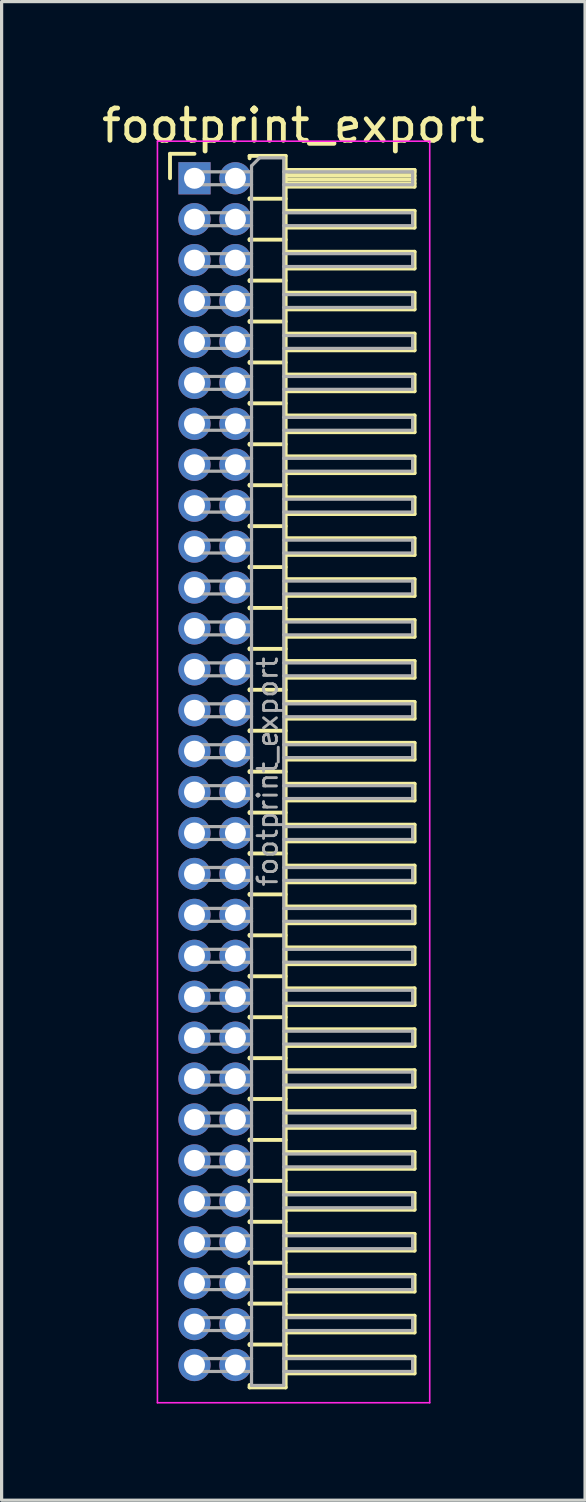
<source format=kicad_pcb>
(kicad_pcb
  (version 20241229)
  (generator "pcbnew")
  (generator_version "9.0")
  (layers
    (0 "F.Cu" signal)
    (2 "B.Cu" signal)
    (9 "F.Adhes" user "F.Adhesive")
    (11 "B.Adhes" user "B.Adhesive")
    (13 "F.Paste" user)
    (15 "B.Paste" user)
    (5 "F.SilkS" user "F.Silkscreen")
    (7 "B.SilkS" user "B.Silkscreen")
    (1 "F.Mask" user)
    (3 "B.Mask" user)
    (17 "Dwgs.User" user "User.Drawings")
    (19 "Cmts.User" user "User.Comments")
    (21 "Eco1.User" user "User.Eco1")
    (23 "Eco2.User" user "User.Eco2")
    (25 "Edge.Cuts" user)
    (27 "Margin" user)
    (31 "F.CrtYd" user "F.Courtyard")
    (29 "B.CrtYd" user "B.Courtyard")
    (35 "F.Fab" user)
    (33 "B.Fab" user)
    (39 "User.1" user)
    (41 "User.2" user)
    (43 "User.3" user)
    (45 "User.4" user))
  (footprint "footprint_export"
    (layer "F.Cu")
    (at 2.986 2.483)
    (property "Reference" "footprint_export" (at 3.067 -1.635 0) (layer "F.SilkS") (effects (font (size 1 1) (thickness 0.15))))
    (attr through_hole)
    (fp_line (start -0.76 -0.76) (end 0 -0.76) (stroke (width 0.12) (type solid)) (layer "F.SilkS"))
    (fp_line (start -0.76 0) (end -0.76 -0.76) (stroke (width 0.12) (type solid)) (layer "F.SilkS"))
    (fp_line (start 1.71 -0.695) (end 2.83 -0.695) (stroke (width 0.12) (type solid)) (layer "F.SilkS"))
    (fp_line (start 1.71 -0.62) (end 1.71 -0.695) (stroke (width 0.12) (type solid)) (layer "F.SilkS"))
    (fp_line (start 1.71 0.62) (end 1.71 0.65) (stroke (width 0.12) (type solid)) (layer "F.SilkS"))
    (fp_line (start 1.71 0.635) (end 2.83 0.635) (stroke (width 0.12) (type solid)) (layer "F.SilkS"))
    (fp_line (start 1.71 1.89) (end 1.71 1.92) (stroke (width 0.12) (type solid)) (layer "F.SilkS"))
    (fp_line (start 1.71 1.905) (end 2.83 1.905) (stroke (width 0.12) (type solid)) (layer "F.SilkS"))
    (fp_line (start 1.71 3.16) (end 1.71 3.19) (stroke (width 0.12) (type solid)) (layer "F.SilkS"))
    (fp_line (start 1.71 3.175) (end 2.83 3.175) (stroke (width 0.12) (type solid)) (layer "F.SilkS"))
    (fp_line (start 1.71 4.43) (end 1.71 4.46) (stroke (width 0.12) (type solid)) (layer "F.SilkS"))
    (fp_line (start 1.71 4.445) (end 2.83 4.445) (stroke (width 0.12) (type solid)) (layer "F.SilkS"))
    (fp_line (start 1.71 5.7) (end 1.71 5.73) (stroke (width 0.12) (type solid)) (layer "F.SilkS"))
    (fp_line (start 1.71 5.715) (end 2.83 5.715) (stroke (width 0.12) (type solid)) (layer "F.SilkS"))
    (fp_line (start 1.71 6.97) (end 1.71 7) (stroke (width 0.12) (type solid)) (layer "F.SilkS"))
    (fp_line (start 1.71 6.985) (end 2.83 6.985) (stroke (width 0.12) (type solid)) (layer "F.SilkS"))
    (fp_line (start 1.71 8.24) (end 1.71 8.27) (stroke (width 0.12) (type solid)) (layer "F.SilkS"))
    (fp_line (start 1.71 8.255) (end 2.83 8.255) (stroke (width 0.12) (type solid)) (layer "F.SilkS"))
    (fp_line (start 1.71 9.51) (end 1.71 9.54) (stroke (width 0.12) (type solid)) (layer "F.SilkS"))
    (fp_line (start 1.71 9.525) (end 2.83 9.525) (stroke (width 0.12) (type solid)) (layer "F.SilkS"))
    (fp_line (start 1.71 10.78) (end 1.71 10.81) (stroke (width 0.12) (type solid)) (layer "F.SilkS"))
    (fp_line (start 1.71 10.795) (end 2.83 10.795) (stroke (width 0.12) (type solid)) (layer "F.SilkS"))
    (fp_line (start 1.71 12.05) (end 1.71 12.08) (stroke (width 0.12) (type solid)) (layer "F.SilkS"))
    (fp_line (start 1.71 12.065) (end 2.83 12.065) (stroke (width 0.12) (type solid)) (layer "F.SilkS"))
    (fp_line (start 1.71 13.32) (end 1.71 13.35) (stroke (width 0.12) (type solid)) (layer "F.SilkS"))
    (fp_line (start 1.71 13.335) (end 2.83 13.335) (stroke (width 0.12) (type solid)) (layer "F.SilkS"))
    (fp_line (start 1.71 14.59) (end 1.71 14.62) (stroke (width 0.12) (type solid)) (layer "F.SilkS"))
    (fp_line (start 1.71 14.605) (end 2.83 14.605) (stroke (width 0.12) (type solid)) (layer "F.SilkS"))
    (fp_line (start 1.71 15.86) (end 1.71 15.89) (stroke (width 0.12) (type solid)) (layer "F.SilkS"))
    (fp_line (start 1.71 15.875) (end 2.83 15.875) (stroke (width 0.12) (type solid)) (layer "F.SilkS"))
    (fp_line (start 1.71 17.13) (end 1.71 17.16) (stroke (width 0.12) (type solid)) (layer "F.SilkS"))
    (fp_line (start 1.71 17.145) (end 2.83 17.145) (stroke (width 0.12) (type solid)) (layer "F.SilkS"))
    (fp_line (start 1.71 18.4) (end 1.71 18.43) (stroke (width 0.12) (type solid)) (layer "F.SilkS"))
    (fp_line (start 1.71 18.415) (end 2.83 18.415) (stroke (width 0.12) (type solid)) (layer "F.SilkS"))
    (fp_line (start 1.71 19.67) (end 1.71 19.7) (stroke (width 0.12) (type solid)) (layer "F.SilkS"))
    (fp_line (start 1.71 19.685) (end 2.83 19.685) (stroke (width 0.12) (type solid)) (layer "F.SilkS"))
    (fp_line (start 1.71 20.94) (end 1.71 20.97) (stroke (width 0.12) (type solid)) (layer "F.SilkS"))
    (fp_line (start 1.71 20.955) (end 2.83 20.955) (stroke (width 0.12) (type solid)) (layer "F.SilkS"))
    (fp_line (start 1.71 22.21) (end 1.71 22.24) (stroke (width 0.12) (type solid)) (layer "F.SilkS"))
    (fp_line (start 1.71 22.225) (end 2.83 22.225) (stroke (width 0.12) (type solid)) (layer "F.SilkS"))
    (fp_line (start 1.71 23.48) (end 1.71 23.51) (stroke (width 0.12) (type solid)) (layer "F.SilkS"))
    (fp_line (start 1.71 23.495) (end 2.83 23.495) (stroke (width 0.12) (type solid)) (layer "F.SilkS"))
    (fp_line (start 1.71 24.75) (end 1.71 24.78) (stroke (width 0.12) (type solid)) (layer "F.SilkS"))
    (fp_line (start 1.71 24.765) (end 2.83 24.765) (stroke (width 0.12) (type solid)) (layer "F.SilkS"))
    (fp_line (start 1.71 26.02) (end 1.71 26.05) (stroke (width 0.12) (type solid)) (layer "F.SilkS"))
    (fp_line (start 1.71 26.035) (end 2.83 26.035) (stroke (width 0.12) (type solid)) (layer "F.SilkS"))
    (fp_line (start 1.71 27.29) (end 1.71 27.32) (stroke (width 0.12) (type solid)) (layer "F.SilkS"))
    (fp_line (start 1.71 27.305) (end 2.83 27.305) (stroke (width 0.12) (type solid)) (layer "F.SilkS"))
    (fp_line (start 1.71 28.56) (end 1.71 28.59) (stroke (width 0.12) (type solid)) (layer "F.SilkS"))
    (fp_line (start 1.71 28.575) (end 2.83 28.575) (stroke (width 0.12) (type solid)) (layer "F.SilkS"))
    (fp_line (start 1.71 29.83) (end 1.71 29.86) (stroke (width 0.12) (type solid)) (layer "F.SilkS"))
    (fp_line (start 1.71 29.845) (end 2.83 29.845) (stroke (width 0.12) (type solid)) (layer "F.SilkS"))
    (fp_line (start 1.71 31.1) (end 1.71 31.13) (stroke (width 0.12) (type solid)) (layer "F.SilkS"))
    (fp_line (start 1.71 31.115) (end 2.83 31.115) (stroke (width 0.12) (type solid)) (layer "F.SilkS"))
    (fp_line (start 1.71 32.37) (end 1.71 32.4) (stroke (width 0.12) (type solid)) (layer "F.SilkS"))
    (fp_line (start 1.71 32.385) (end 2.83 32.385) (stroke (width 0.12) (type solid)) (layer "F.SilkS"))
    (fp_line (start 1.71 33.64) (end 1.71 33.67) (stroke (width 0.12) (type solid)) (layer "F.SilkS"))
    (fp_line (start 1.71 33.655) (end 2.83 33.655) (stroke (width 0.12) (type solid)) (layer "F.SilkS"))
    (fp_line (start 1.71 34.91) (end 1.71 34.94) (stroke (width 0.12) (type solid)) (layer "F.SilkS"))
    (fp_line (start 1.71 34.925) (end 2.83 34.925) (stroke (width 0.12) (type solid)) (layer "F.SilkS"))
    (fp_line (start 1.71 36.18) (end 1.71 36.21) (stroke (width 0.12) (type solid)) (layer "F.SilkS"))
    (fp_line (start 1.71 36.195) (end 2.83 36.195) (stroke (width 0.12) (type solid)) (layer "F.SilkS"))
    (fp_line (start 1.71 37.525) (end 1.71 37.45) (stroke (width 0.12) (type solid)) (layer "F.SilkS"))
    (fp_line (start 2.83 -0.695) (end 2.83 37.525) (stroke (width 0.12) (type solid)) (layer "F.SilkS"))
    (fp_line (start 2.83 -0.26) (end 6.83 -0.26) (stroke (width 0.12) (type solid)) (layer "F.SilkS"))
    (fp_line (start 2.83 -0.2) (end 6.83 -0.2) (stroke (width 0.12) (type solid)) (layer "F.SilkS"))
    (fp_line (start 2.83 -0.08) (end 6.83 -0.08) (stroke (width 0.12) (type solid)) (layer "F.SilkS"))
    (fp_line (start 2.83 0.04) (end 6.83 0.04) (stroke (width 0.12) (type solid)) (layer "F.SilkS"))
    (fp_line (start 2.83 0.16) (end 6.83 0.16) (stroke (width 0.12) (type solid)) (layer "F.SilkS"))
    (fp_line (start 2.83 1.01) (end 6.83 1.01) (stroke (width 0.12) (type solid)) (layer "F.SilkS"))
    (fp_line (start 2.83 2.28) (end 6.83 2.28) (stroke (width 0.12) (type solid)) (layer "F.SilkS"))
    (fp_line (start 2.83 3.55) (end 6.83 3.55) (stroke (width 0.12) (type solid)) (layer "F.SilkS"))
    (fp_line (start 2.83 4.82) (end 6.83 4.82) (stroke (width 0.12) (type solid)) (layer "F.SilkS"))
    (fp_line (start 2.83 6.09) (end 6.83 6.09) (stroke (width 0.12) (type solid)) (layer "F.SilkS"))
    (fp_line (start 2.83 7.36) (end 6.83 7.36) (stroke (width 0.12) (type solid)) (layer "F.SilkS"))
    (fp_line (start 2.83 8.63) (end 6.83 8.63) (stroke (width 0.12) (type solid)) (layer "F.SilkS"))
    (fp_line (start 2.83 9.9) (end 6.83 9.9) (stroke (width 0.12) (type solid)) (layer "F.SilkS"))
    (fp_line (start 2.83 11.17) (end 6.83 11.17) (stroke (width 0.12) (type solid)) (layer "F.SilkS"))
    (fp_line (start 2.83 12.44) (end 6.83 12.44) (stroke (width 0.12) (type solid)) (layer "F.SilkS"))
    (fp_line (start 2.83 13.71) (end 6.83 13.71) (stroke (width 0.12) (type solid)) (layer "F.SilkS"))
    (fp_line (start 2.83 14.98) (end 6.83 14.98) (stroke (width 0.12) (type solid)) (layer "F.SilkS"))
    (fp_line (start 2.83 16.25) (end 6.83 16.25) (stroke (width 0.12) (type solid)) (layer "F.SilkS"))
    (fp_line (start 2.83 17.52) (end 6.83 17.52) (stroke (width 0.12) (type solid)) (layer "F.SilkS"))
    (fp_line (start 2.83 18.79) (end 6.83 18.79) (stroke (width 0.12) (type solid)) (layer "F.SilkS"))
    (fp_line (start 2.83 20.06) (end 6.83 20.06) (stroke (width 0.12) (type solid)) (layer "F.SilkS"))
    (fp_line (start 2.83 21.33) (end 6.83 21.33) (stroke (width 0.12) (type solid)) (layer "F.SilkS"))
    (fp_line (start 2.83 22.6) (end 6.83 22.6) (stroke (width 0.12) (type solid)) (layer "F.SilkS"))
    (fp_line (start 2.83 23.87) (end 6.83 23.87) (stroke (width 0.12) (type solid)) (layer "F.SilkS"))
    (fp_line (start 2.83 25.14) (end 6.83 25.14) (stroke (width 0.12) (type solid)) (layer "F.SilkS"))
    (fp_line (start 2.83 26.41) (end 6.83 26.41) (stroke (width 0.12) (type solid)) (layer "F.SilkS"))
    (fp_line (start 2.83 27.68) (end 6.83 27.68) (stroke (width 0.12) (type solid)) (layer "F.SilkS"))
    (fp_line (start 2.83 28.95) (end 6.83 28.95) (stroke (width 0.12) (type solid)) (layer "F.SilkS"))
    (fp_line (start 2.83 30.22) (end 6.83 30.22) (stroke (width 0.12) (type solid)) (layer "F.SilkS"))
    (fp_line (start 2.83 31.49) (end 6.83 31.49) (stroke (width 0.12) (type solid)) (layer "F.SilkS"))
    (fp_line (start 2.83 32.76) (end 6.83 32.76) (stroke (width 0.12) (type solid)) (layer "F.SilkS"))
    (fp_line (start 2.83 34.03) (end 6.83 34.03) (stroke (width 0.12) (type solid)) (layer "F.SilkS"))
    (fp_line (start 2.83 35.3) (end 6.83 35.3) (stroke (width 0.12) (type solid)) (layer "F.SilkS"))
    (fp_line (start 2.83 36.57) (end 6.83 36.57) (stroke (width 0.12) (type solid)) (layer "F.SilkS"))
    (fp_line (start 2.83 37.525) (end 1.71 37.525) (stroke (width 0.12) (type solid)) (layer "F.SilkS"))
    (fp_line (start 6.83 -0.26) (end 6.83 0.26) (stroke (width 0.12) (type solid)) (layer "F.SilkS"))
    (fp_line (start 6.83 0.26) (end 2.83 0.26) (stroke (width 0.12) (type solid)) (layer "F.SilkS"))
    (fp_line (start 6.83 1.01) (end 6.83 1.53) (stroke (width 0.12) (type solid)) (layer "F.SilkS"))
    (fp_line (start 6.83 1.53) (end 2.83 1.53) (stroke (width 0.12) (type solid)) (layer "F.SilkS"))
    (fp_line (start 6.83 2.28) (end 6.83 2.8) (stroke (width 0.12) (type solid)) (layer "F.SilkS"))
    (fp_line (start 6.83 2.8) (end 2.83 2.8) (stroke (width 0.12) (type solid)) (layer "F.SilkS"))
    (fp_line (start 6.83 3.55) (end 6.83 4.07) (stroke (width 0.12) (type solid)) (layer "F.SilkS"))
    (fp_line (start 6.83 4.07) (end 2.83 4.07) (stroke (width 0.12) (type solid)) (layer "F.SilkS"))
    (fp_line (start 6.83 4.82) (end 6.83 5.34) (stroke (width 0.12) (type solid)) (layer "F.SilkS"))
    (fp_line (start 6.83 5.34) (end 2.83 5.34) (stroke (width 0.12) (type solid)) (layer "F.SilkS"))
    (fp_line (start 6.83 6.09) (end 6.83 6.61) (stroke (width 0.12) (type solid)) (layer "F.SilkS"))
    (fp_line (start 6.83 6.61) (end 2.83 6.61) (stroke (width 0.12) (type solid)) (layer "F.SilkS"))
    (fp_line (start 6.83 7.36) (end 6.83 7.88) (stroke (width 0.12) (type solid)) (layer "F.SilkS"))
    (fp_line (start 6.83 7.88) (end 2.83 7.88) (stroke (width 0.12) (type solid)) (layer "F.SilkS"))
    (fp_line (start 6.83 8.63) (end 6.83 9.15) (stroke (width 0.12) (type solid)) (layer "F.SilkS"))
    (fp_line (start 6.83 9.15) (end 2.83 9.15) (stroke (width 0.12) (type solid)) (layer "F.SilkS"))
    (fp_line (start 6.83 9.9) (end 6.83 10.42) (stroke (width 0.12) (type solid)) (layer "F.SilkS"))
    (fp_line (start 6.83 10.42) (end 2.83 10.42) (stroke (width 0.12) (type solid)) (layer "F.SilkS"))
    (fp_line (start 6.83 11.17) (end 6.83 11.69) (stroke (width 0.12) (type solid)) (layer "F.SilkS"))
    (fp_line (start 6.83 11.69) (end 2.83 11.69) (stroke (width 0.12) (type solid)) (layer "F.SilkS"))
    (fp_line (start 6.83 12.44) (end 6.83 12.96) (stroke (width 0.12) (type solid)) (layer "F.SilkS"))
    (fp_line (start 6.83 12.96) (end 2.83 12.96) (stroke (width 0.12) (type solid)) (layer "F.SilkS"))
    (fp_line (start 6.83 13.71) (end 6.83 14.23) (stroke (width 0.12) (type solid)) (layer "F.SilkS"))
    (fp_line (start 6.83 14.23) (end 2.83 14.23) (stroke (width 0.12) (type solid)) (layer "F.SilkS"))
    (fp_line (start 6.83 14.98) (end 6.83 15.5) (stroke (width 0.12) (type solid)) (layer "F.SilkS"))
    (fp_line (start 6.83 15.5) (end 2.83 15.5) (stroke (width 0.12) (type solid)) (layer "F.SilkS"))
    (fp_line (start 6.83 16.25) (end 6.83 16.77) (stroke (width 0.12) (type solid)) (layer "F.SilkS"))
    (fp_line (start 6.83 16.77) (end 2.83 16.77) (stroke (width 0.12) (type solid)) (layer "F.SilkS"))
    (fp_line (start 6.83 17.52) (end 6.83 18.04) (stroke (width 0.12) (type solid)) (layer "F.SilkS"))
    (fp_line (start 6.83 18.04) (end 2.83 18.04) (stroke (width 0.12) (type solid)) (layer "F.SilkS"))
    (fp_line (start 6.83 18.79) (end 6.83 19.31) (stroke (width 0.12) (type solid)) (layer "F.SilkS"))
    (fp_line (start 6.83 19.31) (end 2.83 19.31) (stroke (width 0.12) (type solid)) (layer "F.SilkS"))
    (fp_line (start 6.83 20.06) (end 6.83 20.58) (stroke (width 0.12) (type solid)) (layer "F.SilkS"))
    (fp_line (start 6.83 20.58) (end 2.83 20.58) (stroke (width 0.12) (type solid)) (layer "F.SilkS"))
    (fp_line (start 6.83 21.33) (end 6.83 21.85) (stroke (width 0.12) (type solid)) (layer "F.SilkS"))
    (fp_line (start 6.83 21.85) (end 2.83 21.85) (stroke (width 0.12) (type solid)) (layer "F.SilkS"))
    (fp_line (start 6.83 22.6) (end 6.83 23.12) (stroke (width 0.12) (type solid)) (layer "F.SilkS"))
    (fp_line (start 6.83 23.12) (end 2.83 23.12) (stroke (width 0.12) (type solid)) (layer "F.SilkS"))
    (fp_line (start 6.83 23.87) (end 6.83 24.39) (stroke (width 0.12) (type solid)) (layer "F.SilkS"))
    (fp_line (start 6.83 24.39) (end 2.83 24.39) (stroke (width 0.12) (type solid)) (layer "F.SilkS"))
    (fp_line (start 6.83 25.14) (end 6.83 25.66) (stroke (width 0.12) (type solid)) (layer "F.SilkS"))
    (fp_line (start 6.83 25.66) (end 2.83 25.66) (stroke (width 0.12) (type solid)) (layer "F.SilkS"))
    (fp_line (start 6.83 26.41) (end 6.83 26.93) (stroke (width 0.12) (type solid)) (layer "F.SilkS"))
    (fp_line (start 6.83 26.93) (end 2.83 26.93) (stroke (width 0.12) (type solid)) (layer "F.SilkS"))
    (fp_line (start 6.83 27.68) (end 6.83 28.2) (stroke (width 0.12) (type solid)) (layer "F.SilkS"))
    (fp_line (start 6.83 28.2) (end 2.83 28.2) (stroke (width 0.12) (type solid)) (layer "F.SilkS"))
    (fp_line (start 6.83 28.95) (end 6.83 29.47) (stroke (width 0.12) (type solid)) (layer "F.SilkS"))
    (fp_line (start 6.83 29.47) (end 2.83 29.47) (stroke (width 0.12) (type solid)) (layer "F.SilkS"))
    (fp_line (start 6.83 30.22) (end 6.83 30.74) (stroke (width 0.12) (type solid)) (layer "F.SilkS"))
    (fp_line (start 6.83 30.74) (end 2.83 30.74) (stroke (width 0.12) (type solid)) (layer "F.SilkS"))
    (fp_line (start 6.83 31.49) (end 6.83 32.01) (stroke (width 0.12) (type solid)) (layer "F.SilkS"))
    (fp_line (start 6.83 32.01) (end 2.83 32.01) (stroke (width 0.12) (type solid)) (layer "F.SilkS"))
    (fp_line (start 6.83 32.76) (end 6.83 33.28) (stroke (width 0.12) (type solid)) (layer "F.SilkS"))
    (fp_line (start 6.83 33.28) (end 2.83 33.28) (stroke (width 0.12) (type solid)) (layer "F.SilkS"))
    (fp_line (start 6.83 34.03) (end 6.83 34.55) (stroke (width 0.12) (type solid)) (layer "F.SilkS"))
    (fp_line (start 6.83 34.55) (end 2.83 34.55) (stroke (width 0.12) (type solid)) (layer "F.SilkS"))
    (fp_line (start 6.83 35.3) (end 6.83 35.82) (stroke (width 0.12) (type solid)) (layer "F.SilkS"))
    (fp_line (start 6.83 35.82) (end 2.83 35.82) (stroke (width 0.12) (type solid)) (layer "F.SilkS"))
    (fp_line (start 6.83 36.57) (end 6.83 37.09) (stroke (width 0.12) (type solid)) (layer "F.SilkS"))
    (fp_line (start 6.83 37.09) (end 2.83 37.09) (stroke (width 0.12) (type solid)) (layer "F.SilkS"))
    (fp_line (start -1.15 -1.15) (end -1.15 38) (stroke (width 0.05) (type solid)) (layer "F.CrtYd"))
    (fp_line (start -1.15 38) (end 7.3 38) (stroke (width 0.05) (type solid)) (layer "F.CrtYd"))
    (fp_line (start 7.3 -1.15) (end -1.15 -1.15) (stroke (width 0.05) (type solid)) (layer "F.CrtYd"))
    (fp_line (start 7.3 38) (end 7.3 -1.15) (stroke (width 0.05) (type solid)) (layer "F.CrtYd"))
    (fp_line (start -0.2 -0.2) (end -0.2 0.2) (stroke (width 0.1) (type solid)) (layer "F.Fab"))
    (fp_line (start -0.2 -0.2) (end 1.77 -0.2) (stroke (width 0.1) (type solid)) (layer "F.Fab"))
    (fp_line (start -0.2 0.2) (end 1.77 0.2) (stroke (width 0.1) (type solid)) (layer "F.Fab"))
    (fp_line (start -0.2 1.07) (end -0.2 1.47) (stroke (width 0.1) (type solid)) (layer "F.Fab"))
    (fp_line (start -0.2 1.07) (end 1.77 1.07) (stroke (width 0.1) (type solid)) (layer "F.Fab"))
    (fp_line (start -0.2 1.47) (end 1.77 1.47) (stroke (width 0.1) (type solid)) (layer "F.Fab"))
    (fp_line (start -0.2 2.34) (end -0.2 2.74) (stroke (width 0.1) (type solid)) (layer "F.Fab"))
    (fp_line (start -0.2 2.34) (end 1.77 2.34) (stroke (width 0.1) (type solid)) (layer "F.Fab"))
    (fp_line (start -0.2 2.74) (end 1.77 2.74) (stroke (width 0.1) (type solid)) (layer "F.Fab"))
    (fp_line (start -0.2 3.61) (end -0.2 4.01) (stroke (width 0.1) (type solid)) (layer "F.Fab"))
    (fp_line (start -0.2 3.61) (end 1.77 3.61) (stroke (width 0.1) (type solid)) (layer "F.Fab"))
    (fp_line (start -0.2 4.01) (end 1.77 4.01) (stroke (width 0.1) (type solid)) (layer "F.Fab"))
    (fp_line (start -0.2 4.88) (end -0.2 5.28) (stroke (width 0.1) (type solid)) (layer "F.Fab"))
    (fp_line (start -0.2 4.88) (end 1.77 4.88) (stroke (width 0.1) (type solid)) (layer "F.Fab"))
    (fp_line (start -0.2 5.28) (end 1.77 5.28) (stroke (width 0.1) (type solid)) (layer "F.Fab"))
    (fp_line (start -0.2 6.15) (end -0.2 6.55) (stroke (width 0.1) (type solid)) (layer "F.Fab"))
    (fp_line (start -0.2 6.15) (end 1.77 6.15) (stroke (width 0.1) (type solid)) (layer "F.Fab"))
    (fp_line (start -0.2 6.55) (end 1.77 6.55) (stroke (width 0.1) (type solid)) (layer "F.Fab"))
    (fp_line (start -0.2 7.42) (end -0.2 7.82) (stroke (width 0.1) (type solid)) (layer "F.Fab"))
    (fp_line (start -0.2 7.42) (end 1.77 7.42) (stroke (width 0.1) (type solid)) (layer "F.Fab"))
    (fp_line (start -0.2 7.82) (end 1.77 7.82) (stroke (width 0.1) (type solid)) (layer "F.Fab"))
    (fp_line (start -0.2 8.69) (end -0.2 9.09) (stroke (width 0.1) (type solid)) (layer "F.Fab"))
    (fp_line (start -0.2 8.69) (end 1.77 8.69) (stroke (width 0.1) (type solid)) (layer "F.Fab"))
    (fp_line (start -0.2 9.09) (end 1.77 9.09) (stroke (width 0.1) (type solid)) (layer "F.Fab"))
    (fp_line (start -0.2 9.96) (end -0.2 10.36) (stroke (width 0.1) (type solid)) (layer "F.Fab"))
    (fp_line (start -0.2 9.96) (end 1.77 9.96) (stroke (width 0.1) (type solid)) (layer "F.Fab"))
    (fp_line (start -0.2 10.36) (end 1.77 10.36) (stroke (width 0.1) (type solid)) (layer "F.Fab"))
    (fp_line (start -0.2 11.23) (end -0.2 11.63) (stroke (width 0.1) (type solid)) (layer "F.Fab"))
    (fp_line (start -0.2 11.23) (end 1.77 11.23) (stroke (width 0.1) (type solid)) (layer "F.Fab"))
    (fp_line (start -0.2 11.63) (end 1.77 11.63) (stroke (width 0.1) (type solid)) (layer "F.Fab"))
    (fp_line (start -0.2 12.5) (end -0.2 12.9) (stroke (width 0.1) (type solid)) (layer "F.Fab"))
    (fp_line (start -0.2 12.5) (end 1.77 12.5) (stroke (width 0.1) (type solid)) (layer "F.Fab"))
    (fp_line (start -0.2 12.9) (end 1.77 12.9) (stroke (width 0.1) (type solid)) (layer "F.Fab"))
    (fp_line (start -0.2 13.77) (end -0.2 14.17) (stroke (width 0.1) (type solid)) (layer "F.Fab"))
    (fp_line (start -0.2 13.77) (end 1.77 13.77) (stroke (width 0.1) (type solid)) (layer "F.Fab"))
    (fp_line (start -0.2 14.17) (end 1.77 14.17) (stroke (width 0.1) (type solid)) (layer "F.Fab"))
    (fp_line (start -0.2 15.04) (end -0.2 15.44) (stroke (width 0.1) (type solid)) (layer "F.Fab"))
    (fp_line (start -0.2 15.04) (end 1.77 15.04) (stroke (width 0.1) (type solid)) (layer "F.Fab"))
    (fp_line (start -0.2 15.44) (end 1.77 15.44) (stroke (width 0.1) (type solid)) (layer "F.Fab"))
    (fp_line (start -0.2 16.31) (end -0.2 16.71) (stroke (width 0.1) (type solid)) (layer "F.Fab"))
    (fp_line (start -0.2 16.31) (end 1.77 16.31) (stroke (width 0.1) (type solid)) (layer "F.Fab"))
    (fp_line (start -0.2 16.71) (end 1.77 16.71) (stroke (width 0.1) (type solid)) (layer "F.Fab"))
    (fp_line (start -0.2 17.58) (end -0.2 17.98) (stroke (width 0.1) (type solid)) (layer "F.Fab"))
    (fp_line (start -0.2 17.58) (end 1.77 17.58) (stroke (width 0.1) (type solid)) (layer "F.Fab"))
    (fp_line (start -0.2 17.98) (end 1.77 17.98) (stroke (width 0.1) (type solid)) (layer "F.Fab"))
    (fp_line (start -0.2 18.85) (end -0.2 19.25) (stroke (width 0.1) (type solid)) (layer "F.Fab"))
    (fp_line (start -0.2 18.85) (end 1.77 18.85) (stroke (width 0.1) (type solid)) (layer "F.Fab"))
    (fp_line (start -0.2 19.25) (end 1.77 19.25) (stroke (width 0.1) (type solid)) (layer "F.Fab"))
    (fp_line (start -0.2 20.12) (end -0.2 20.52) (stroke (width 0.1) (type solid)) (layer "F.Fab"))
    (fp_line (start -0.2 20.12) (end 1.77 20.12) (stroke (width 0.1) (type solid)) (layer "F.Fab"))
    (fp_line (start -0.2 20.52) (end 1.77 20.52) (stroke (width 0.1) (type solid)) (layer "F.Fab"))
    (fp_line (start -0.2 21.39) (end -0.2 21.79) (stroke (width 0.1) (type solid)) (layer "F.Fab"))
    (fp_line (start -0.2 21.39) (end 1.77 21.39) (stroke (width 0.1) (type solid)) (layer "F.Fab"))
    (fp_line (start -0.2 21.79) (end 1.77 21.79) (stroke (width 0.1) (type solid)) (layer "F.Fab"))
    (fp_line (start -0.2 22.66) (end -0.2 23.06) (stroke (width 0.1) (type solid)) (layer "F.Fab"))
    (fp_line (start -0.2 22.66) (end 1.77 22.66) (stroke (width 0.1) (type solid)) (layer "F.Fab"))
    (fp_line (start -0.2 23.06) (end 1.77 23.06) (stroke (width 0.1) (type solid)) (layer "F.Fab"))
    (fp_line (start -0.2 23.93) (end -0.2 24.33) (stroke (width 0.1) (type solid)) (layer "F.Fab"))
    (fp_line (start -0.2 23.93) (end 1.77 23.93) (stroke (width 0.1) (type solid)) (layer "F.Fab"))
    (fp_line (start -0.2 24.33) (end 1.77 24.33) (stroke (width 0.1) (type solid)) (layer "F.Fab"))
    (fp_line (start -0.2 25.2) (end -0.2 25.6) (stroke (width 0.1) (type solid)) (layer "F.Fab"))
    (fp_line (start -0.2 25.2) (end 1.77 25.2) (stroke (width 0.1) (type solid)) (layer "F.Fab"))
    (fp_line (start -0.2 25.6) (end 1.77 25.6) (stroke (width 0.1) (type solid)) (layer "F.Fab"))
    (fp_line (start -0.2 26.47) (end -0.2 26.87) (stroke (width 0.1) (type solid)) (layer "F.Fab"))
    (fp_line (start -0.2 26.47) (end 1.77 26.47) (stroke (width 0.1) (type solid)) (layer "F.Fab"))
    (fp_line (start -0.2 26.87) (end 1.77 26.87) (stroke (width 0.1) (type solid)) (layer "F.Fab"))
    (fp_line (start -0.2 27.74) (end -0.2 28.14) (stroke (width 0.1) (type solid)) (layer "F.Fab"))
    (fp_line (start -0.2 27.74) (end 1.77 27.74) (stroke (width 0.1) (type solid)) (layer "F.Fab"))
    (fp_line (start -0.2 28.14) (end 1.77 28.14) (stroke (width 0.1) (type solid)) (layer "F.Fab"))
    (fp_line (start -0.2 29.01) (end -0.2 29.41) (stroke (width 0.1) (type solid)) (layer "F.Fab"))
    (fp_line (start -0.2 29.01) (end 1.77 29.01) (stroke (width 0.1) (type solid)) (layer "F.Fab"))
    (fp_line (start -0.2 29.41) (end 1.77 29.41) (stroke (width 0.1) (type solid)) (layer "F.Fab"))
    (fp_line (start -0.2 30.28) (end -0.2 30.68) (stroke (width 0.1) (type solid)) (layer "F.Fab"))
    (fp_line (start -0.2 30.28) (end 1.77 30.28) (stroke (width 0.1) (type solid)) (layer "F.Fab"))
    (fp_line (start -0.2 30.68) (end 1.77 30.68) (stroke (width 0.1) (type solid)) (layer "F.Fab"))
    (fp_line (start -0.2 31.55) (end -0.2 31.95) (stroke (width 0.1) (type solid)) (layer "F.Fab"))
    (fp_line (start -0.2 31.55) (end 1.77 31.55) (stroke (width 0.1) (type solid)) (layer "F.Fab"))
    (fp_line (start -0.2 31.95) (end 1.77 31.95) (stroke (width 0.1) (type solid)) (layer "F.Fab"))
    (fp_line (start -0.2 32.82) (end -0.2 33.22) (stroke (width 0.1) (type solid)) (layer "F.Fab"))
    (fp_line (start -0.2 32.82) (end 1.77 32.82) (stroke (width 0.1) (type solid)) (layer "F.Fab"))
    (fp_line (start -0.2 33.22) (end 1.77 33.22) (stroke (width 0.1) (type solid)) (layer "F.Fab"))
    (fp_line (start -0.2 34.09) (end -0.2 34.49) (stroke (width 0.1) (type solid)) (layer "F.Fab"))
    (fp_line (start -0.2 34.09) (end 1.77 34.09) (stroke (width 0.1) (type solid)) (layer "F.Fab"))
    (fp_line (start -0.2 34.49) (end 1.77 34.49) (stroke (width 0.1) (type solid)) (layer "F.Fab"))
    (fp_line (start -0.2 35.36) (end -0.2 35.76) (stroke (width 0.1) (type solid)) (layer "F.Fab"))
    (fp_line (start -0.2 35.36) (end 1.77 35.36) (stroke (width 0.1) (type solid)) (layer "F.Fab"))
    (fp_line (start -0.2 35.76) (end 1.77 35.76) (stroke (width 0.1) (type solid)) (layer "F.Fab"))
    (fp_line (start -0.2 36.63) (end -0.2 37.03) (stroke (width 0.1) (type solid)) (layer "F.Fab"))
    (fp_line (start -0.2 36.63) (end 1.77 36.63) (stroke (width 0.1) (type solid)) (layer "F.Fab"))
    (fp_line (start -0.2 37.03) (end 1.77 37.03) (stroke (width 0.1) (type solid)) (layer "F.Fab"))
    (fp_line (start 1.77 -0.385) (end 2.02 -0.635) (stroke (width 0.1) (type solid)) (layer "F.Fab"))
    (fp_line (start 1.77 37.465) (end 1.77 -0.385) (stroke (width 0.1) (type solid)) (layer "F.Fab"))
    (fp_line (start 2.02 -0.635) (end 2.77 -0.635) (stroke (width 0.1) (type solid)) (layer "F.Fab"))
    (fp_line (start 2.77 -0.635) (end 2.77 37.465) (stroke (width 0.1) (type solid)) (layer "F.Fab"))
    (fp_line (start 2.77 -0.2) (end 6.77 -0.2) (stroke (width 0.1) (type solid)) (layer "F.Fab"))
    (fp_line (start 2.77 0.2) (end 6.77 0.2) (stroke (width 0.1) (type solid)) (layer "F.Fab"))
    (fp_line (start 2.77 1.07) (end 6.77 1.07) (stroke (width 0.1) (type solid)) (layer "F.Fab"))
    (fp_line (start 2.77 1.47) (end 6.77 1.47) (stroke (width 0.1) (type solid)) (layer "F.Fab"))
    (fp_line (start 2.77 2.34) (end 6.77 2.34) (stroke (width 0.1) (type solid)) (layer "F.Fab"))
    (fp_line (start 2.77 2.74) (end 6.77 2.74) (stroke (width 0.1) (type solid)) (layer "F.Fab"))
    (fp_line (start 2.77 3.61) (end 6.77 3.61) (stroke (width 0.1) (type solid)) (layer "F.Fab"))
    (fp_line (start 2.77 4.01) (end 6.77 4.01) (stroke (width 0.1) (type solid)) (layer "F.Fab"))
    (fp_line (start 2.77 4.88) (end 6.77 4.88) (stroke (width 0.1) (type solid)) (layer "F.Fab"))
    (fp_line (start 2.77 5.28) (end 6.77 5.28) (stroke (width 0.1) (type solid)) (layer "F.Fab"))
    (fp_line (start 2.77 6.15) (end 6.77 6.15) (stroke (width 0.1) (type solid)) (layer "F.Fab"))
    (fp_line (start 2.77 6.55) (end 6.77 6.55) (stroke (width 0.1) (type solid)) (layer "F.Fab"))
    (fp_line (start 2.77 7.42) (end 6.77 7.42) (stroke (width 0.1) (type solid)) (layer "F.Fab"))
    (fp_line (start 2.77 7.82) (end 6.77 7.82) (stroke (width 0.1) (type solid)) (layer "F.Fab"))
    (fp_line (start 2.77 8.69) (end 6.77 8.69) (stroke (width 0.1) (type solid)) (layer "F.Fab"))
    (fp_line (start 2.77 9.09) (end 6.77 9.09) (stroke (width 0.1) (type solid)) (layer "F.Fab"))
    (fp_line (start 2.77 9.96) (end 6.77 9.96) (stroke (width 0.1) (type solid)) (layer "F.Fab"))
    (fp_line (start 2.77 10.36) (end 6.77 10.36) (stroke (width 0.1) (type solid)) (layer "F.Fab"))
    (fp_line (start 2.77 11.23) (end 6.77 11.23) (stroke (width 0.1) (type solid)) (layer "F.Fab"))
    (fp_line (start 2.77 11.63) (end 6.77 11.63) (stroke (width 0.1) (type solid)) (layer "F.Fab"))
    (fp_line (start 2.77 12.5) (end 6.77 12.5) (stroke (width 0.1) (type solid)) (layer "F.Fab"))
    (fp_line (start 2.77 12.9) (end 6.77 12.9) (stroke (width 0.1) (type solid)) (layer "F.Fab"))
    (fp_line (start 2.77 13.77) (end 6.77 13.77) (stroke (width 0.1) (type solid)) (layer "F.Fab"))
    (fp_line (start 2.77 14.17) (end 6.77 14.17) (stroke (width 0.1) (type solid)) (layer "F.Fab"))
    (fp_line (start 2.77 15.04) (end 6.77 15.04) (stroke (width 0.1) (type solid)) (layer "F.Fab"))
    (fp_line (start 2.77 15.44) (end 6.77 15.44) (stroke (width 0.1) (type solid)) (layer "F.Fab"))
    (fp_line (start 2.77 16.31) (end 6.77 16.31) (stroke (width 0.1) (type solid)) (layer "F.Fab"))
    (fp_line (start 2.77 16.71) (end 6.77 16.71) (stroke (width 0.1) (type solid)) (layer "F.Fab"))
    (fp_line (start 2.77 17.58) (end 6.77 17.58) (stroke (width 0.1) (type solid)) (layer "F.Fab"))
    (fp_line (start 2.77 17.98) (end 6.77 17.98) (stroke (width 0.1) (type solid)) (layer "F.Fab"))
    (fp_line (start 2.77 18.85) (end 6.77 18.85) (stroke (width 0.1) (type solid)) (layer "F.Fab"))
    (fp_line (start 2.77 19.25) (end 6.77 19.25) (stroke (width 0.1) (type solid)) (layer "F.Fab"))
    (fp_line (start 2.77 20.12) (end 6.77 20.12) (stroke (width 0.1) (type solid)) (layer "F.Fab"))
    (fp_line (start 2.77 20.52) (end 6.77 20.52) (stroke (width 0.1) (type solid)) (layer "F.Fab"))
    (fp_line (start 2.77 21.39) (end 6.77 21.39) (stroke (width 0.1) (type solid)) (layer "F.Fab"))
    (fp_line (start 2.77 21.79) (end 6.77 21.79) (stroke (width 0.1) (type solid)) (layer "F.Fab"))
    (fp_line (start 2.77 22.66) (end 6.77 22.66) (stroke (width 0.1) (type solid)) (layer "F.Fab"))
    (fp_line (start 2.77 23.06) (end 6.77 23.06) (stroke (width 0.1) (type solid)) (layer "F.Fab"))
    (fp_line (start 2.77 23.93) (end 6.77 23.93) (stroke (width 0.1) (type solid)) (layer "F.Fab"))
    (fp_line (start 2.77 24.33) (end 6.77 24.33) (stroke (width 0.1) (type solid)) (layer "F.Fab"))
    (fp_line (start 2.77 25.2) (end 6.77 25.2) (stroke (width 0.1) (type solid)) (layer "F.Fab"))
    (fp_line (start 2.77 25.6) (end 6.77 25.6) (stroke (width 0.1) (type solid)) (layer "F.Fab"))
    (fp_line (start 2.77 26.47) (end 6.77 26.47) (stroke (width 0.1) (type solid)) (layer "F.Fab"))
    (fp_line (start 2.77 26.87) (end 6.77 26.87) (stroke (width 0.1) (type solid)) (layer "F.Fab"))
    (fp_line (start 2.77 27.74) (end 6.77 27.74) (stroke (width 0.1) (type solid)) (layer "F.Fab"))
    (fp_line (start 2.77 28.14) (end 6.77 28.14) (stroke (width 0.1) (type solid)) (layer "F.Fab"))
    (fp_line (start 2.77 29.01) (end 6.77 29.01) (stroke (width 0.1) (type solid)) (layer "F.Fab"))
    (fp_line (start 2.77 29.41) (end 6.77 29.41) (stroke (width 0.1) (type solid)) (layer "F.Fab"))
    (fp_line (start 2.77 30.28) (end 6.77 30.28) (stroke (width 0.1) (type solid)) (layer "F.Fab"))
    (fp_line (start 2.77 30.68) (end 6.77 30.68) (stroke (width 0.1) (type solid)) (layer "F.Fab"))
    (fp_line (start 2.77 31.55) (end 6.77 31.55) (stroke (width 0.1) (type solid)) (layer "F.Fab"))
    (fp_line (start 2.77 31.95) (end 6.77 31.95) (stroke (width 0.1) (type solid)) (layer "F.Fab"))
    (fp_line (start 2.77 32.82) (end 6.77 32.82) (stroke (width 0.1) (type solid)) (layer "F.Fab"))
    (fp_line (start 2.77 33.22) (end 6.77 33.22) (stroke (width 0.1) (type solid)) (layer "F.Fab"))
    (fp_line (start 2.77 34.09) (end 6.77 34.09) (stroke (width 0.1) (type solid)) (layer "F.Fab"))
    (fp_line (start 2.77 34.49) (end 6.77 34.49) (stroke (width 0.1) (type solid)) (layer "F.Fab"))
    (fp_line (start 2.77 35.36) (end 6.77 35.36) (stroke (width 0.1) (type solid)) (layer "F.Fab"))
    (fp_line (start 2.77 35.76) (end 6.77 35.76) (stroke (width 0.1) (type solid)) (layer "F.Fab"))
    (fp_line (start 2.77 36.63) (end 6.77 36.63) (stroke (width 0.1) (type solid)) (layer "F.Fab"))
    (fp_line (start 2.77 37.03) (end 6.77 37.03) (stroke (width 0.1) (type solid)) (layer "F.Fab"))
    (fp_line (start 2.77 37.465) (end 1.77 37.465) (stroke (width 0.1) (type solid)) (layer "F.Fab"))
    (fp_line (start 6.77 -0.2) (end 6.77 0.2) (stroke (width 0.1) (type solid)) (layer "F.Fab"))
    (fp_line (start 6.77 1.07) (end 6.77 1.47) (stroke (width 0.1) (type solid)) (layer "F.Fab"))
    (fp_line (start 6.77 2.34) (end 6.77 2.74) (stroke (width 0.1) (type solid)) (layer "F.Fab"))
    (fp_line (start 6.77 3.61) (end 6.77 4.01) (stroke (width 0.1) (type solid)) (layer "F.Fab"))
    (fp_line (start 6.77 4.88) (end 6.77 5.28) (stroke (width 0.1) (type solid)) (layer "F.Fab"))
    (fp_line (start 6.77 6.15) (end 6.77 6.55) (stroke (width 0.1) (type solid)) (layer "F.Fab"))
    (fp_line (start 6.77 7.42) (end 6.77 7.82) (stroke (width 0.1) (type solid)) (layer "F.Fab"))
    (fp_line (start 6.77 8.69) (end 6.77 9.09) (stroke (width 0.1) (type solid)) (layer "F.Fab"))
    (fp_line (start 6.77 9.96) (end 6.77 10.36) (stroke (width 0.1) (type solid)) (layer "F.Fab"))
    (fp_line (start 6.77 11.23) (end 6.77 11.63) (stroke (width 0.1) (type solid)) (layer "F.Fab"))
    (fp_line (start 6.77 12.5) (end 6.77 12.9) (stroke (width 0.1) (type solid)) (layer "F.Fab"))
    (fp_line (start 6.77 13.77) (end 6.77 14.17) (stroke (width 0.1) (type solid)) (layer "F.Fab"))
    (fp_line (start 6.77 15.04) (end 6.77 15.44) (stroke (width 0.1) (type solid)) (layer "F.Fab"))
    (fp_line (start 6.77 16.31) (end 6.77 16.71) (stroke (width 0.1) (type solid)) (layer "F.Fab"))
    (fp_line (start 6.77 17.58) (end 6.77 17.98) (stroke (width 0.1) (type solid)) (layer "F.Fab"))
    (fp_line (start 6.77 18.85) (end 6.77 19.25) (stroke (width 0.1) (type solid)) (layer "F.Fab"))
    (fp_line (start 6.77 20.12) (end 6.77 20.52) (stroke (width 0.1) (type solid)) (layer "F.Fab"))
    (fp_line (start 6.77 21.39) (end 6.77 21.79) (stroke (width 0.1) (type solid)) (layer "F.Fab"))
    (fp_line (start 6.77 22.66) (end 6.77 23.06) (stroke (width 0.1) (type solid)) (layer "F.Fab"))
    (fp_line (start 6.77 23.93) (end 6.77 24.33) (stroke (width 0.1) (type solid)) (layer "F.Fab"))
    (fp_line (start 6.77 25.2) (end 6.77 25.6) (stroke (width 0.1) (type solid)) (layer "F.Fab"))
    (fp_line (start 6.77 26.47) (end 6.77 26.87) (stroke (width 0.1) (type solid)) (layer "F.Fab"))
    (fp_line (start 6.77 27.74) (end 6.77 28.14) (stroke (width 0.1) (type solid)) (layer "F.Fab"))
    (fp_line (start 6.77 29.01) (end 6.77 29.41) (stroke (width 0.1) (type solid)) (layer "F.Fab"))
    (fp_line (start 6.77 30.28) (end 6.77 30.68) (stroke (width 0.1) (type solid)) (layer "F.Fab"))
    (fp_line (start 6.77 31.55) (end 6.77 31.95) (stroke (width 0.1) (type solid)) (layer "F.Fab"))
    (fp_line (start 6.77 32.82) (end 6.77 33.22) (stroke (width 0.1) (type solid)) (layer "F.Fab"))
    (fp_line (start 6.77 34.09) (end 6.77 34.49) (stroke (width 0.1) (type solid)) (layer "F.Fab"))
    (fp_line (start 6.77 35.36) (end 6.77 35.76) (stroke (width 0.1) (type solid)) (layer "F.Fab"))
    (fp_line (start 6.77 36.63) (end 6.77 37.03) (stroke (width 0.1) (type solid)) (layer "F.Fab"))
    (fp_text user "${REFERENCE}" (at 2.27 18.415 90) (layer "F.Fab") (effects (font (size 0.6 0.6) (thickness 0.09))))
    (pad "1" thru_hole rect (at 0 0) (size 1 1) (drill 0.65) (layers "*.Cu" "*.Mask"))
    (pad "2" thru_hole oval (at 1.27 0) (size 1 1) (drill 0.65) (layers "*.Cu" "*.Mask"))
    (pad "3" thru_hole oval (at 0 1.27) (size 1 1) (drill 0.65) (layers "*.Cu" "*.Mask"))
    (pad "4" thru_hole oval (at 1.27 1.27) (size 1 1) (drill 0.65) (layers "*.Cu" "*.Mask"))
    (pad "5" thru_hole oval (at 0 2.54) (size 1 1) (drill 0.65) (layers "*.Cu" "*.Mask"))
    (pad "6" thru_hole oval (at 1.27 2.54) (size 1 1) (drill 0.65) (layers "*.Cu" "*.Mask"))
    (pad "7" thru_hole oval (at 0 3.81) (size 1 1) (drill 0.65) (layers "*.Cu" "*.Mask"))
    (pad "8" thru_hole oval (at 1.27 3.81) (size 1 1) (drill 0.65) (layers "*.Cu" "*.Mask"))
    (pad "9" thru_hole oval (at 0 5.08) (size 1 1) (drill 0.65) (layers "*.Cu" "*.Mask"))
    (pad "10" thru_hole oval (at 1.27 5.08) (size 1 1) (drill 0.65) (layers "*.Cu" "*.Mask"))
    (pad "11" thru_hole oval (at 0 6.35) (size 1 1) (drill 0.65) (layers "*.Cu" "*.Mask"))
    (pad "12" thru_hole oval (at 1.27 6.35) (size 1 1) (drill 0.65) (layers "*.Cu" "*.Mask"))
    (pad "13" thru_hole oval (at 0 7.62) (size 1 1) (drill 0.65) (layers "*.Cu" "*.Mask"))
    (pad "14" thru_hole oval (at 1.27 7.62) (size 1 1) (drill 0.65) (layers "*.Cu" "*.Mask"))
    (pad "15" thru_hole oval (at 0 8.89) (size 1 1) (drill 0.65) (layers "*.Cu" "*.Mask"))
    (pad "16" thru_hole oval (at 1.27 8.89) (size 1 1) (drill 0.65) (layers "*.Cu" "*.Mask"))
    (pad "17" thru_hole oval (at 0 10.16) (size 1 1) (drill 0.65) (layers "*.Cu" "*.Mask"))
    (pad "18" thru_hole oval (at 1.27 10.16) (size 1 1) (drill 0.65) (layers "*.Cu" "*.Mask"))
    (pad "19" thru_hole oval (at 0 11.43) (size 1 1) (drill 0.65) (layers "*.Cu" "*.Mask"))
    (pad "20" thru_hole oval (at 1.27 11.43) (size 1 1) (drill 0.65) (layers "*.Cu" "*.Mask"))
    (pad "21" thru_hole oval (at 0 12.7) (size 1 1) (drill 0.65) (layers "*.Cu" "*.Mask"))
    (pad "22" thru_hole oval (at 1.27 12.7) (size 1 1) (drill 0.65) (layers "*.Cu" "*.Mask"))
    (pad "23" thru_hole oval (at 0 13.97) (size 1 1) (drill 0.65) (layers "*.Cu" "*.Mask"))
    (pad "24" thru_hole oval (at 1.27 13.97) (size 1 1) (drill 0.65) (layers "*.Cu" "*.Mask"))
    (pad "25" thru_hole oval (at 0 15.24) (size 1 1) (drill 0.65) (layers "*.Cu" "*.Mask"))
    (pad "26" thru_hole oval (at 1.27 15.24) (size 1 1) (drill 0.65) (layers "*.Cu" "*.Mask"))
    (pad "27" thru_hole oval (at 0 16.51) (size 1 1) (drill 0.65) (layers "*.Cu" "*.Mask"))
    (pad "28" thru_hole oval (at 1.27 16.51) (size 1 1) (drill 0.65) (layers "*.Cu" "*.Mask"))
    (pad "29" thru_hole oval (at 0 17.78) (size 1 1) (drill 0.65) (layers "*.Cu" "*.Mask"))
    (pad "30" thru_hole oval (at 1.27 17.78) (size 1 1) (drill 0.65) (layers "*.Cu" "*.Mask"))
    (pad "31" thru_hole oval (at 0 19.05) (size 1 1) (drill 0.65) (layers "*.Cu" "*.Mask"))
    (pad "32" thru_hole oval (at 1.27 19.05) (size 1 1) (drill 0.65) (layers "*.Cu" "*.Mask"))
    (pad "33" thru_hole oval (at 0 20.32) (size 1 1) (drill 0.65) (layers "*.Cu" "*.Mask"))
    (pad "34" thru_hole oval (at 1.27 20.32) (size 1 1) (drill 0.65) (layers "*.Cu" "*.Mask"))
    (pad "35" thru_hole oval (at 0 21.59) (size 1 1) (drill 0.65) (layers "*.Cu" "*.Mask"))
    (pad "36" thru_hole oval (at 1.27 21.59) (size 1 1) (drill 0.65) (layers "*.Cu" "*.Mask"))
    (pad "37" thru_hole oval (at 0 22.86) (size 1 1) (drill 0.65) (layers "*.Cu" "*.Mask"))
    (pad "38" thru_hole oval (at 1.27 22.86) (size 1 1) (drill 0.65) (layers "*.Cu" "*.Mask"))
    (pad "39" thru_hole oval (at 0 24.13) (size 1 1) (drill 0.65) (layers "*.Cu" "*.Mask"))
    (pad "40" thru_hole oval (at 1.27 24.13) (size 1 1) (drill 0.65) (layers "*.Cu" "*.Mask"))
    (pad "41" thru_hole oval (at 0 25.4) (size 1 1) (drill 0.65) (layers "*.Cu" "*.Mask"))
    (pad "42" thru_hole oval (at 1.27 25.4) (size 1 1) (drill 0.65) (layers "*.Cu" "*.Mask"))
    (pad "43" thru_hole oval (at 0 26.67) (size 1 1) (drill 0.65) (layers "*.Cu" "*.Mask"))
    (pad "44" thru_hole oval (at 1.27 26.67) (size 1 1) (drill 0.65) (layers "*.Cu" "*.Mask"))
    (pad "45" thru_hole oval (at 0 27.94) (size 1 1) (drill 0.65) (layers "*.Cu" "*.Mask"))
    (pad "46" thru_hole oval (at 1.27 27.94) (size 1 1) (drill 0.65) (layers "*.Cu" "*.Mask"))
    (pad "47" thru_hole oval (at 0 29.21) (size 1 1) (drill 0.65) (layers "*.Cu" "*.Mask"))
    (pad "48" thru_hole oval (at 1.27 29.21) (size 1 1) (drill 0.65) (layers "*.Cu" "*.Mask"))
    (pad "49" thru_hole oval (at 0 30.48) (size 1 1) (drill 0.65) (layers "*.Cu" "*.Mask"))
    (pad "50" thru_hole oval (at 1.27 30.48) (size 1 1) (drill 0.65) (layers "*.Cu" "*.Mask"))
    (pad "51" thru_hole oval (at 0 31.75) (size 1 1) (drill 0.65) (layers "*.Cu" "*.Mask"))
    (pad "52" thru_hole oval (at 1.27 31.75) (size 1 1) (drill 0.65) (layers "*.Cu" "*.Mask"))
    (pad "53" thru_hole oval (at 0 33.02) (size 1 1) (drill 0.65) (layers "*.Cu" "*.Mask"))
    (pad "54" thru_hole oval (at 1.27 33.02) (size 1 1) (drill 0.65) (layers "*.Cu" "*.Mask"))
    (pad "55" thru_hole oval (at 0 34.29) (size 1 1) (drill 0.65) (layers "*.Cu" "*.Mask"))
    (pad "56" thru_hole oval (at 1.27 34.29) (size 1 1) (drill 0.65) (layers "*.Cu" "*.Mask"))
    (pad "57" thru_hole oval (at 0 35.56) (size 1 1) (drill 0.65) (layers "*.Cu" "*.Mask"))
    (pad "58" thru_hole oval (at 1.27 35.56) (size 1 1) (drill 0.65) (layers "*.Cu" "*.Mask"))
    (pad "59" thru_hole oval (at 0 36.83) (size 1 1) (drill 0.65) (layers "*.Cu" "*.Mask"))
    (pad "60" thru_hole oval (at 1.27 36.83) (size 1 1) (drill 0.65) (layers "*.Cu" "*.Mask")))
  (gr_rect
    (start -3 -3)
    (end 15.107 43.508)
    (stroke (width 0.1) (type default))
    (fill no)
    (layer "Edge.Cuts")))
</source>
